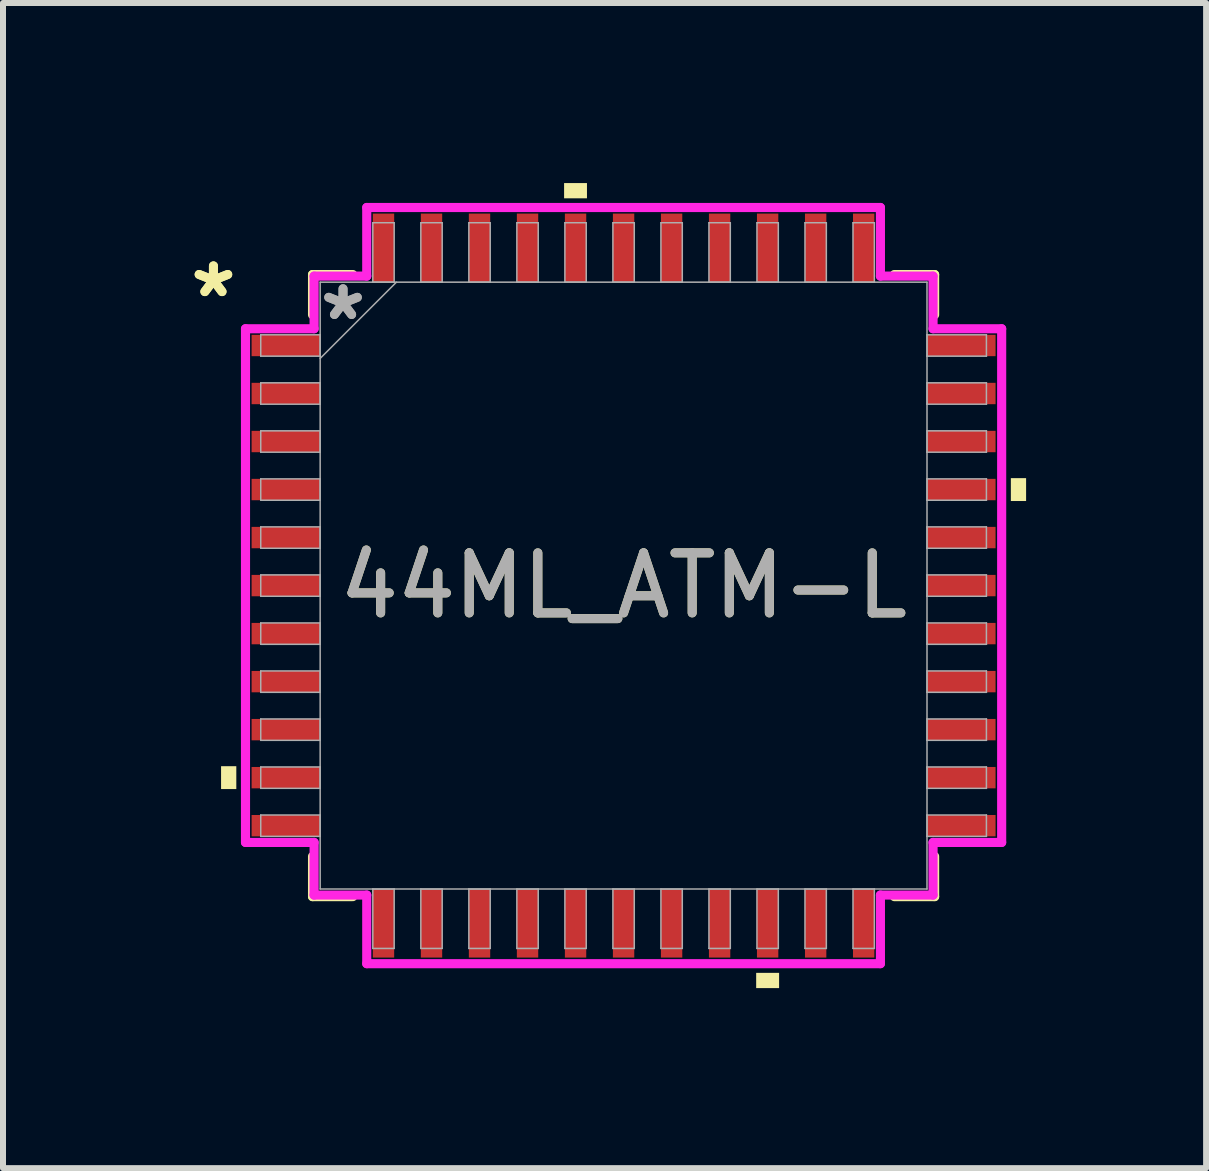
<source format=kicad_pcb>
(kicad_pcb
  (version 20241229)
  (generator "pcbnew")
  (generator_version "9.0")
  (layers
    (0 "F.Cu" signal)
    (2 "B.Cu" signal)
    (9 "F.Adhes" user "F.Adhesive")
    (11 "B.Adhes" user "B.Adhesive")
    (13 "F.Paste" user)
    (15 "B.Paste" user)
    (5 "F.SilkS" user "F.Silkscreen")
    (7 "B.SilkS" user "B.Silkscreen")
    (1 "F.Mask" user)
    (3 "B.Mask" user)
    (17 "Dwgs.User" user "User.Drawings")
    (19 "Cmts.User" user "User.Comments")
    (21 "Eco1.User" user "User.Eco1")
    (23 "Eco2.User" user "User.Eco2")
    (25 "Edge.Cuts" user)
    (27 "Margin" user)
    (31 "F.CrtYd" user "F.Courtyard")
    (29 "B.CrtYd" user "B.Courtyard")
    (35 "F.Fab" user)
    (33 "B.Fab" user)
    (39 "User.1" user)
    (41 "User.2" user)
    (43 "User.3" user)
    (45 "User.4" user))
  (footprint "44ML_ATM-L"
    (layer "F.Cu")
    (at 7.339 6.706)
    (property "Reference" "44ML_ATM-L" (at 0 0 0) (unlocked yes) (layer "F.SilkS") (effects (font (size 1 1) (thickness 0.15))))
    (attr smd)
    (fp_line (start -5.182 -5.182) (end -5.182 -4.511) (stroke (width 0.152) (type solid)) (layer "F.SilkS"))
    (fp_line (start -5.182 4.511) (end -5.182 5.182) (stroke (width 0.152) (type solid)) (layer "F.SilkS"))
    (fp_line (start -5.182 5.182) (end -4.511 5.182) (stroke (width 0.152) (type solid)) (layer "F.SilkS"))
    (fp_line (start -4.511 -5.182) (end -5.182 -5.182) (stroke (width 0.152) (type solid)) (layer "F.SilkS"))
    (fp_line (start 4.511 5.182) (end 5.182 5.182) (stroke (width 0.152) (type solid)) (layer "F.SilkS"))
    (fp_line (start 5.182 -5.182) (end 4.511 -5.182) (stroke (width 0.152) (type solid)) (layer "F.SilkS"))
    (fp_line (start 5.182 -4.511) (end 5.182 -5.182) (stroke (width 0.152) (type solid)) (layer "F.SilkS"))
    (fp_line (start 5.182 5.182) (end 5.182 4.511) (stroke (width 0.152) (type solid)) (layer "F.SilkS"))
    (fp_poly (pts (xy -6.706 3.009) (xy -6.706 3.39) (xy -6.452 3.39) (xy -6.452 3.009)) (stroke (width 0) (type solid)) (fill yes) (layer "F.SilkS"))
    (fp_poly (pts (xy -0.991 -6.452) (xy -0.991 -6.706) (xy -0.61 -6.706) (xy -0.61 -6.452)) (stroke (width 0) (type solid)) (fill yes) (layer "F.SilkS"))
    (fp_poly (pts (xy 2.209 6.452) (xy 2.209 6.706) (xy 2.591 6.706) (xy 2.591 6.452)) (stroke (width 0) (type solid)) (fill yes) (layer "F.SilkS"))
    (fp_poly (pts (xy 6.706 -1.79) (xy 6.706 -1.409) (xy 6.452 -1.409) (xy 6.452 -1.79)) (stroke (width 0) (type solid)) (fill yes) (layer "F.SilkS"))
    (fp_line (start -6.299 -4.279) (end -5.156 -4.279) (stroke (width 0.152) (type solid)) (layer "F.CrtYd"))
    (fp_line (start -6.299 4.279) (end -6.299 -4.279) (stroke (width 0.152) (type solid)) (layer "F.CrtYd"))
    (fp_line (start -5.156 -5.156) (end -4.279 -5.156) (stroke (width 0.152) (type solid)) (layer "F.CrtYd"))
    (fp_line (start -5.156 -4.279) (end -5.156 -5.156) (stroke (width 0.152) (type solid)) (layer "F.CrtYd"))
    (fp_line (start -5.156 4.279) (end -6.299 4.279) (stroke (width 0.152) (type solid)) (layer "F.CrtYd"))
    (fp_line (start -5.156 5.156) (end -5.156 4.279) (stroke (width 0.152) (type solid)) (layer "F.CrtYd"))
    (fp_line (start -5.156 5.156) (end -4.279 5.156) (stroke (width 0.152) (type solid)) (layer "F.CrtYd"))
    (fp_line (start -4.279 -6.299) (end 4.279 -6.299) (stroke (width 0.152) (type solid)) (layer "F.CrtYd"))
    (fp_line (start -4.279 -5.156) (end -4.279 -6.299) (stroke (width 0.152) (type solid)) (layer "F.CrtYd"))
    (fp_line (start -4.279 5.156) (end -4.279 6.299) (stroke (width 0.152) (type solid)) (layer "F.CrtYd"))
    (fp_line (start -4.279 6.299) (end 4.279 6.299) (stroke (width 0.152) (type solid)) (layer "F.CrtYd"))
    (fp_line (start 4.279 -6.299) (end 4.279 -5.156) (stroke (width 0.152) (type solid)) (layer "F.CrtYd"))
    (fp_line (start 4.279 -5.156) (end 5.156 -5.156) (stroke (width 0.152) (type solid)) (layer "F.CrtYd"))
    (fp_line (start 4.279 5.156) (end 5.156 5.156) (stroke (width 0.152) (type solid)) (layer "F.CrtYd"))
    (fp_line (start 4.279 6.299) (end 4.279 5.156) (stroke (width 0.152) (type solid)) (layer "F.CrtYd"))
    (fp_line (start 5.156 -4.279) (end 5.156 -5.156) (stroke (width 0.152) (type solid)) (layer "F.CrtYd"))
    (fp_line (start 5.156 4.279) (end 6.299 4.279) (stroke (width 0.152) (type solid)) (layer "F.CrtYd"))
    (fp_line (start 5.156 5.156) (end 5.156 4.279) (stroke (width 0.152) (type solid)) (layer "F.CrtYd"))
    (fp_line (start 6.299 -4.279) (end 5.156 -4.279) (stroke (width 0.152) (type solid)) (layer "F.CrtYd"))
    (fp_line (start 6.299 4.279) (end 6.299 -4.279) (stroke (width 0.152) (type solid)) (layer "F.CrtYd"))
    (fp_line (start -6.045 -4.178) (end -6.045 -3.822) (stroke (width 0.025) (type solid)) (layer "F.Fab"))
    (fp_line (start -6.045 -3.822) (end -5.055 -3.822) (stroke (width 0.025) (type solid)) (layer "F.Fab"))
    (fp_line (start -6.045 -3.378) (end -6.045 -3.022) (stroke (width 0.025) (type solid)) (layer "F.Fab"))
    (fp_line (start -6.045 -3.022) (end -5.055 -3.022) (stroke (width 0.025) (type solid)) (layer "F.Fab"))
    (fp_line (start -6.045 -2.578) (end -6.045 -2.222) (stroke (width 0.025) (type solid)) (layer "F.Fab"))
    (fp_line (start -6.045 -2.222) (end -5.055 -2.222) (stroke (width 0.025) (type solid)) (layer "F.Fab"))
    (fp_line (start -6.045 -1.778) (end -6.045 -1.422) (stroke (width 0.025) (type solid)) (layer "F.Fab"))
    (fp_line (start -6.045 -1.422) (end -5.055 -1.422) (stroke (width 0.025) (type solid)) (layer "F.Fab"))
    (fp_line (start -6.045 -0.978) (end -6.045 -0.622) (stroke (width 0.025) (type solid)) (layer "F.Fab"))
    (fp_line (start -6.045 -0.622) (end -5.055 -0.622) (stroke (width 0.025) (type solid)) (layer "F.Fab"))
    (fp_line (start -6.045 -0.178) (end -6.045 0.178) (stroke (width 0.025) (type solid)) (layer "F.Fab"))
    (fp_line (start -6.045 0.178) (end -5.055 0.178) (stroke (width 0.025) (type solid)) (layer "F.Fab"))
    (fp_line (start -6.045 0.622) (end -6.045 0.978) (stroke (width 0.025) (type solid)) (layer "F.Fab"))
    (fp_line (start -6.045 0.978) (end -5.055 0.978) (stroke (width 0.025) (type solid)) (layer "F.Fab"))
    (fp_line (start -6.045 1.422) (end -6.045 1.778) (stroke (width 0.025) (type solid)) (layer "F.Fab"))
    (fp_line (start -6.045 1.778) (end -5.055 1.778) (stroke (width 0.025) (type solid)) (layer "F.Fab"))
    (fp_line (start -6.045 2.222) (end -6.045 2.578) (stroke (width 0.025) (type solid)) (layer "F.Fab"))
    (fp_line (start -6.045 2.578) (end -5.055 2.578) (stroke (width 0.025) (type solid)) (layer "F.Fab"))
    (fp_line (start -6.045 3.022) (end -6.045 3.378) (stroke (width 0.025) (type solid)) (layer "F.Fab"))
    (fp_line (start -6.045 3.378) (end -5.055 3.378) (stroke (width 0.025) (type solid)) (layer "F.Fab"))
    (fp_line (start -6.045 3.822) (end -6.045 4.178) (stroke (width 0.025) (type solid)) (layer "F.Fab"))
    (fp_line (start -6.045 4.178) (end -5.055 4.178) (stroke (width 0.025) (type solid)) (layer "F.Fab"))
    (fp_line (start -5.055 -5.055) (end -5.055 5.055) (stroke (width 0.025) (type solid)) (layer "F.Fab"))
    (fp_line (start -5.055 -4.178) (end -6.045 -4.178) (stroke (width 0.025) (type solid)) (layer "F.Fab"))
    (fp_line (start -5.055 -3.822) (end -5.055 -4.178) (stroke (width 0.025) (type solid)) (layer "F.Fab"))
    (fp_line (start -5.055 -3.785) (end -3.785 -5.055) (stroke (width 0.025) (type solid)) (layer "F.Fab"))
    (fp_line (start -5.055 -3.378) (end -6.045 -3.378) (stroke (width 0.025) (type solid)) (layer "F.Fab"))
    (fp_line (start -5.055 -3.022) (end -5.055 -3.378) (stroke (width 0.025) (type solid)) (layer "F.Fab"))
    (fp_line (start -5.055 -2.578) (end -6.045 -2.578) (stroke (width 0.025) (type solid)) (layer "F.Fab"))
    (fp_line (start -5.055 -2.222) (end -5.055 -2.578) (stroke (width 0.025) (type solid)) (layer "F.Fab"))
    (fp_line (start -5.055 -1.778) (end -6.045 -1.778) (stroke (width 0.025) (type solid)) (layer "F.Fab"))
    (fp_line (start -5.055 -1.422) (end -5.055 -1.778) (stroke (width 0.025) (type solid)) (layer "F.Fab"))
    (fp_line (start -5.055 -0.978) (end -6.045 -0.978) (stroke (width 0.025) (type solid)) (layer "F.Fab"))
    (fp_line (start -5.055 -0.622) (end -5.055 -0.978) (stroke (width 0.025) (type solid)) (layer "F.Fab"))
    (fp_line (start -5.055 -0.178) (end -6.045 -0.178) (stroke (width 0.025) (type solid)) (layer "F.Fab"))
    (fp_line (start -5.055 0.178) (end -5.055 -0.178) (stroke (width 0.025) (type solid)) (layer "F.Fab"))
    (fp_line (start -5.055 0.622) (end -6.045 0.622) (stroke (width 0.025) (type solid)) (layer "F.Fab"))
    (fp_line (start -5.055 0.978) (end -5.055 0.622) (stroke (width 0.025) (type solid)) (layer "F.Fab"))
    (fp_line (start -5.055 1.422) (end -6.045 1.422) (stroke (width 0.025) (type solid)) (layer "F.Fab"))
    (fp_line (start -5.055 1.778) (end -5.055 1.422) (stroke (width 0.025) (type solid)) (layer "F.Fab"))
    (fp_line (start -5.055 2.222) (end -6.045 2.222) (stroke (width 0.025) (type solid)) (layer "F.Fab"))
    (fp_line (start -5.055 2.578) (end -5.055 2.222) (stroke (width 0.025) (type solid)) (layer "F.Fab"))
    (fp_line (start -5.055 3.022) (end -6.045 3.022) (stroke (width 0.025) (type solid)) (layer "F.Fab"))
    (fp_line (start -5.055 3.378) (end -5.055 3.022) (stroke (width 0.025) (type solid)) (layer "F.Fab"))
    (fp_line (start -5.055 3.822) (end -6.045 3.822) (stroke (width 0.025) (type solid)) (layer "F.Fab"))
    (fp_line (start -5.055 4.178) (end -5.055 3.822) (stroke (width 0.025) (type solid)) (layer "F.Fab"))
    (fp_line (start -5.055 5.055) (end 5.055 5.055) (stroke (width 0.025) (type solid)) (layer "F.Fab"))
    (fp_line (start -4.178 5.055) (end -4.178 6.045) (stroke (width 0.025) (type solid)) (layer "F.Fab"))
    (fp_line (start -4.178 6.045) (end -3.822 6.045) (stroke (width 0.025) (type solid)) (layer "F.Fab"))
    (fp_line (start -4.178 -6.045) (end -4.178 -5.055) (stroke (width 0.025) (type solid)) (layer "F.Fab"))
    (fp_line (start -4.178 -5.055) (end -3.822 -5.055) (stroke (width 0.025) (type solid)) (layer "F.Fab"))
    (fp_line (start -3.822 5.055) (end -4.178 5.055) (stroke (width 0.025) (type solid)) (layer "F.Fab"))
    (fp_line (start -3.822 6.045) (end -3.822 5.055) (stroke (width 0.025) (type solid)) (layer "F.Fab"))
    (fp_line (start -3.822 -6.045) (end -4.178 -6.045) (stroke (width 0.025) (type solid)) (layer "F.Fab"))
    (fp_line (start -3.822 -5.055) (end -3.822 -6.045) (stroke (width 0.025) (type solid)) (layer "F.Fab"))
    (fp_line (start -3.378 -6.045) (end -3.378 -5.055) (stroke (width 0.025) (type solid)) (layer "F.Fab"))
    (fp_line (start -3.378 -5.055) (end -3.022 -5.055) (stroke (width 0.025) (type solid)) (layer "F.Fab"))
    (fp_line (start -3.378 5.055) (end -3.378 6.045) (stroke (width 0.025) (type solid)) (layer "F.Fab"))
    (fp_line (start -3.378 6.045) (end -3.022 6.045) (stroke (width 0.025) (type solid)) (layer "F.Fab"))
    (fp_line (start -3.022 -6.045) (end -3.378 -6.045) (stroke (width 0.025) (type solid)) (layer "F.Fab"))
    (fp_line (start -3.022 -5.055) (end -3.022 -6.045) (stroke (width 0.025) (type solid)) (layer "F.Fab"))
    (fp_line (start -3.022 5.055) (end -3.378 5.055) (stroke (width 0.025) (type solid)) (layer "F.Fab"))
    (fp_line (start -3.022 6.045) (end -3.022 5.055) (stroke (width 0.025) (type solid)) (layer "F.Fab"))
    (fp_line (start -2.578 -6.045) (end -2.578 -5.055) (stroke (width 0.025) (type solid)) (layer "F.Fab"))
    (fp_line (start -2.578 -5.055) (end -2.222 -5.055) (stroke (width 0.025) (type solid)) (layer "F.Fab"))
    (fp_line (start -2.578 5.055) (end -2.578 6.045) (stroke (width 0.025) (type solid)) (layer "F.Fab"))
    (fp_line (start -2.578 6.045) (end -2.222 6.045) (stroke (width 0.025) (type solid)) (layer "F.Fab"))
    (fp_line (start -2.222 -6.045) (end -2.578 -6.045) (stroke (width 0.025) (type solid)) (layer "F.Fab"))
    (fp_line (start -2.222 -5.055) (end -2.222 -6.045) (stroke (width 0.025) (type solid)) (layer "F.Fab"))
    (fp_line (start -2.222 5.055) (end -2.578 5.055) (stroke (width 0.025) (type solid)) (layer "F.Fab"))
    (fp_line (start -2.222 6.045) (end -2.222 5.055) (stroke (width 0.025) (type solid)) (layer "F.Fab"))
    (fp_line (start -1.778 -6.045) (end -1.778 -5.055) (stroke (width 0.025) (type solid)) (layer "F.Fab"))
    (fp_line (start -1.778 -5.055) (end -1.422 -5.055) (stroke (width 0.025) (type solid)) (layer "F.Fab"))
    (fp_line (start -1.778 5.055) (end -1.778 6.045) (stroke (width 0.025) (type solid)) (layer "F.Fab"))
    (fp_line (start -1.778 6.045) (end -1.422 6.045) (stroke (width 0.025) (type solid)) (layer "F.Fab"))
    (fp_line (start -1.422 -6.045) (end -1.778 -6.045) (stroke (width 0.025) (type solid)) (layer "F.Fab"))
    (fp_line (start -1.422 -5.055) (end -1.422 -6.045) (stroke (width 0.025) (type solid)) (layer "F.Fab"))
    (fp_line (start -1.422 5.055) (end -1.778 5.055) (stroke (width 0.025) (type solid)) (layer "F.Fab"))
    (fp_line (start -1.422 6.045) (end -1.422 5.055) (stroke (width 0.025) (type solid)) (layer "F.Fab"))
    (fp_line (start -0.978 -6.045) (end -0.978 -5.055) (stroke (width 0.025) (type solid)) (layer "F.Fab"))
    (fp_line (start -0.978 -5.055) (end -0.622 -5.055) (stroke (width 0.025) (type solid)) (layer "F.Fab"))
    (fp_line (start -0.978 5.055) (end -0.978 6.045) (stroke (width 0.025) (type solid)) (layer "F.Fab"))
    (fp_line (start -0.978 6.045) (end -0.622 6.045) (stroke (width 0.025) (type solid)) (layer "F.Fab"))
    (fp_line (start -0.622 -6.045) (end -0.978 -6.045) (stroke (width 0.025) (type solid)) (layer "F.Fab"))
    (fp_line (start -0.622 -5.055) (end -0.622 -6.045) (stroke (width 0.025) (type solid)) (layer "F.Fab"))
    (fp_line (start -0.622 5.055) (end -0.978 5.055) (stroke (width 0.025) (type solid)) (layer "F.Fab"))
    (fp_line (start -0.622 6.045) (end -0.622 5.055) (stroke (width 0.025) (type solid)) (layer "F.Fab"))
    (fp_line (start -0.178 -6.045) (end -0.178 -5.055) (stroke (width 0.025) (type solid)) (layer "F.Fab"))
    (fp_line (start -0.178 -5.055) (end 0.178 -5.055) (stroke (width 0.025) (type solid)) (layer "F.Fab"))
    (fp_line (start -0.178 5.055) (end -0.178 6.045) (stroke (width 0.025) (type solid)) (layer "F.Fab"))
    (fp_line (start -0.178 6.045) (end 0.178 6.045) (stroke (width 0.025) (type solid)) (layer "F.Fab"))
    (fp_line (start 0.178 -6.045) (end -0.178 -6.045) (stroke (width 0.025) (type solid)) (layer "F.Fab"))
    (fp_line (start 0.178 -5.055) (end 0.178 -6.045) (stroke (width 0.025) (type solid)) (layer "F.Fab"))
    (fp_line (start 0.178 5.055) (end -0.178 5.055) (stroke (width 0.025) (type solid)) (layer "F.Fab"))
    (fp_line (start 0.178 6.045) (end 0.178 5.055) (stroke (width 0.025) (type solid)) (layer "F.Fab"))
    (fp_line (start 0.622 -6.045) (end 0.622 -5.055) (stroke (width 0.025) (type solid)) (layer "F.Fab"))
    (fp_line (start 0.622 -5.055) (end 0.978 -5.055) (stroke (width 0.025) (type solid)) (layer "F.Fab"))
    (fp_line (start 0.622 5.055) (end 0.622 6.045) (stroke (width 0.025) (type solid)) (layer "F.Fab"))
    (fp_line (start 0.622 6.045) (end 0.978 6.045) (stroke (width 0.025) (type solid)) (layer "F.Fab"))
    (fp_line (start 0.978 -6.045) (end 0.622 -6.045) (stroke (width 0.025) (type solid)) (layer "F.Fab"))
    (fp_line (start 0.978 -5.055) (end 0.978 -6.045) (stroke (width 0.025) (type solid)) (layer "F.Fab"))
    (fp_line (start 0.978 5.055) (end 0.622 5.055) (stroke (width 0.025) (type solid)) (layer "F.Fab"))
    (fp_line (start 0.978 6.045) (end 0.978 5.055) (stroke (width 0.025) (type solid)) (layer "F.Fab"))
    (fp_line (start 1.422 -6.045) (end 1.422 -5.055) (stroke (width 0.025) (type solid)) (layer "F.Fab"))
    (fp_line (start 1.422 -5.055) (end 1.778 -5.055) (stroke (width 0.025) (type solid)) (layer "F.Fab"))
    (fp_line (start 1.422 5.055) (end 1.422 6.045) (stroke (width 0.025) (type solid)) (layer "F.Fab"))
    (fp_line (start 1.422 6.045) (end 1.778 6.045) (stroke (width 0.025) (type solid)) (layer "F.Fab"))
    (fp_line (start 1.778 -6.045) (end 1.422 -6.045) (stroke (width 0.025) (type solid)) (layer "F.Fab"))
    (fp_line (start 1.778 -5.055) (end 1.778 -6.045) (stroke (width 0.025) (type solid)) (layer "F.Fab"))
    (fp_line (start 1.778 5.055) (end 1.422 5.055) (stroke (width 0.025) (type solid)) (layer "F.Fab"))
    (fp_line (start 1.778 6.045) (end 1.778 5.055) (stroke (width 0.025) (type solid)) (layer "F.Fab"))
    (fp_line (start 2.222 -6.045) (end 2.222 -5.055) (stroke (width 0.025) (type solid)) (layer "F.Fab"))
    (fp_line (start 2.222 -5.055) (end 2.578 -5.055) (stroke (width 0.025) (type solid)) (layer "F.Fab"))
    (fp_line (start 2.222 5.055) (end 2.222 6.045) (stroke (width 0.025) (type solid)) (layer "F.Fab"))
    (fp_line (start 2.222 6.045) (end 2.578 6.045) (stroke (width 0.025) (type solid)) (layer "F.Fab"))
    (fp_line (start 2.578 -6.045) (end 2.222 -6.045) (stroke (width 0.025) (type solid)) (layer "F.Fab"))
    (fp_line (start 2.578 -5.055) (end 2.578 -6.045) (stroke (width 0.025) (type solid)) (layer "F.Fab"))
    (fp_line (start 2.578 5.055) (end 2.222 5.055) (stroke (width 0.025) (type solid)) (layer "F.Fab"))
    (fp_line (start 2.578 6.045) (end 2.578 5.055) (stroke (width 0.025) (type solid)) (layer "F.Fab"))
    (fp_line (start 3.022 -6.045) (end 3.022 -5.055) (stroke (width 0.025) (type solid)) (layer "F.Fab"))
    (fp_line (start 3.022 -5.055) (end 3.378 -5.055) (stroke (width 0.025) (type solid)) (layer "F.Fab"))
    (fp_line (start 3.022 5.055) (end 3.022 6.045) (stroke (width 0.025) (type solid)) (layer "F.Fab"))
    (fp_line (start 3.022 6.045) (end 3.378 6.045) (stroke (width 0.025) (type solid)) (layer "F.Fab"))
    (fp_line (start 3.378 -6.045) (end 3.022 -6.045) (stroke (width 0.025) (type solid)) (layer "F.Fab"))
    (fp_line (start 3.378 -5.055) (end 3.378 -6.045) (stroke (width 0.025) (type solid)) (layer "F.Fab"))
    (fp_line (start 3.378 5.055) (end 3.022 5.055) (stroke (width 0.025) (type solid)) (layer "F.Fab"))
    (fp_line (start 3.378 6.045) (end 3.378 5.055) (stroke (width 0.025) (type solid)) (layer "F.Fab"))
    (fp_line (start 3.822 5.055) (end 3.822 6.045) (stroke (width 0.025) (type solid)) (layer "F.Fab"))
    (fp_line (start 3.822 6.045) (end 4.178 6.045) (stroke (width 0.025) (type solid)) (layer "F.Fab"))
    (fp_line (start 3.822 -6.045) (end 3.822 -5.055) (stroke (width 0.025) (type solid)) (layer "F.Fab"))
    (fp_line (start 3.822 -5.055) (end 4.178 -5.055) (stroke (width 0.025) (type solid)) (layer "F.Fab"))
    (fp_line (start 4.178 5.055) (end 3.822 5.055) (stroke (width 0.025) (type solid)) (layer "F.Fab"))
    (fp_line (start 4.178 6.045) (end 4.178 5.055) (stroke (width 0.025) (type solid)) (layer "F.Fab"))
    (fp_line (start 4.178 -6.045) (end 3.822 -6.045) (stroke (width 0.025) (type solid)) (layer "F.Fab"))
    (fp_line (start 4.178 -5.055) (end 4.178 -6.045) (stroke (width 0.025) (type solid)) (layer "F.Fab"))
    (fp_line (start 5.055 -5.055) (end -5.055 -5.055) (stroke (width 0.025) (type solid)) (layer "F.Fab"))
    (fp_line (start 5.055 -4.178) (end 5.055 -3.822) (stroke (width 0.025) (type solid)) (layer "F.Fab"))
    (fp_line (start 5.055 -3.822) (end 6.045 -3.822) (stroke (width 0.025) (type solid)) (layer "F.Fab"))
    (fp_line (start 5.055 -3.378) (end 5.055 -3.022) (stroke (width 0.025) (type solid)) (layer "F.Fab"))
    (fp_line (start 5.055 -3.022) (end 6.045 -3.022) (stroke (width 0.025) (type solid)) (layer "F.Fab"))
    (fp_line (start 5.055 -2.578) (end 5.055 -2.222) (stroke (width 0.025) (type solid)) (layer "F.Fab"))
    (fp_line (start 5.055 -2.222) (end 6.045 -2.222) (stroke (width 0.025) (type solid)) (layer "F.Fab"))
    (fp_line (start 5.055 -1.778) (end 5.055 -1.422) (stroke (width 0.025) (type solid)) (layer "F.Fab"))
    (fp_line (start 5.055 -1.422) (end 6.045 -1.422) (stroke (width 0.025) (type solid)) (layer "F.Fab"))
    (fp_line (start 5.055 -0.978) (end 5.055 -0.622) (stroke (width 0.025) (type solid)) (layer "F.Fab"))
    (fp_line (start 5.055 -0.622) (end 6.045 -0.622) (stroke (width 0.025) (type solid)) (layer "F.Fab"))
    (fp_line (start 5.055 -0.178) (end 5.055 0.178) (stroke (width 0.025) (type solid)) (layer "F.Fab"))
    (fp_line (start 5.055 0.178) (end 6.045 0.178) (stroke (width 0.025) (type solid)) (layer "F.Fab"))
    (fp_line (start 5.055 0.622) (end 5.055 0.978) (stroke (width 0.025) (type solid)) (layer "F.Fab"))
    (fp_line (start 5.055 0.978) (end 6.045 0.978) (stroke (width 0.025) (type solid)) (layer "F.Fab"))
    (fp_line (start 5.055 1.422) (end 5.055 1.778) (stroke (width 0.025) (type solid)) (layer "F.Fab"))
    (fp_line (start 5.055 1.778) (end 6.045 1.778) (stroke (width 0.025) (type solid)) (layer "F.Fab"))
    (fp_line (start 5.055 2.222) (end 5.055 2.578) (stroke (width 0.025) (type solid)) (layer "F.Fab"))
    (fp_line (start 5.055 2.578) (end 6.045 2.578) (stroke (width 0.025) (type solid)) (layer "F.Fab"))
    (fp_line (start 5.055 3.022) (end 5.055 3.378) (stroke (width 0.025) (type solid)) (layer "F.Fab"))
    (fp_line (start 5.055 3.378) (end 6.045 3.378) (stroke (width 0.025) (type solid)) (layer "F.Fab"))
    (fp_line (start 5.055 3.822) (end 5.055 4.178) (stroke (width 0.025) (type solid)) (layer "F.Fab"))
    (fp_line (start 5.055 4.178) (end 6.045 4.178) (stroke (width 0.025) (type solid)) (layer "F.Fab"))
    (fp_line (start 5.055 5.055) (end 5.055 -5.055) (stroke (width 0.025) (type solid)) (layer "F.Fab"))
    (fp_line (start 6.045 -4.178) (end 5.055 -4.178) (stroke (width 0.025) (type solid)) (layer "F.Fab"))
    (fp_line (start 6.045 -3.822) (end 6.045 -4.178) (stroke (width 0.025) (type solid)) (layer "F.Fab"))
    (fp_line (start 6.045 -3.378) (end 5.055 -3.378) (stroke (width 0.025) (type solid)) (layer "F.Fab"))
    (fp_line (start 6.045 -3.022) (end 6.045 -3.378) (stroke (width 0.025) (type solid)) (layer "F.Fab"))
    (fp_line (start 6.045 -2.578) (end 5.055 -2.578) (stroke (width 0.025) (type solid)) (layer "F.Fab"))
    (fp_line (start 6.045 -2.222) (end 6.045 -2.578) (stroke (width 0.025) (type solid)) (layer "F.Fab"))
    (fp_line (start 6.045 -1.778) (end 5.055 -1.778) (stroke (width 0.025) (type solid)) (layer "F.Fab"))
    (fp_line (start 6.045 -1.422) (end 6.045 -1.778) (stroke (width 0.025) (type solid)) (layer "F.Fab"))
    (fp_line (start 6.045 -0.978) (end 5.055 -0.978) (stroke (width 0.025) (type solid)) (layer "F.Fab"))
    (fp_line (start 6.045 -0.622) (end 6.045 -0.978) (stroke (width 0.025) (type solid)) (layer "F.Fab"))
    (fp_line (start 6.045 -0.178) (end 5.055 -0.178) (stroke (width 0.025) (type solid)) (layer "F.Fab"))
    (fp_line (start 6.045 0.178) (end 6.045 -0.178) (stroke (width 0.025) (type solid)) (layer "F.Fab"))
    (fp_line (start 6.045 0.622) (end 5.055 0.622) (stroke (width 0.025) (type solid)) (layer "F.Fab"))
    (fp_line (start 6.045 0.978) (end 6.045 0.622) (stroke (width 0.025) (type solid)) (layer "F.Fab"))
    (fp_line (start 6.045 1.422) (end 5.055 1.422) (stroke (width 0.025) (type solid)) (layer "F.Fab"))
    (fp_line (start 6.045 1.778) (end 6.045 1.422) (stroke (width 0.025) (type solid)) (layer "F.Fab"))
    (fp_line (start 6.045 2.222) (end 5.055 2.222) (stroke (width 0.025) (type solid)) (layer "F.Fab"))
    (fp_line (start 6.045 2.578) (end 6.045 2.222) (stroke (width 0.025) (type solid)) (layer "F.Fab"))
    (fp_line (start 6.045 3.022) (end 5.055 3.022) (stroke (width 0.025) (type solid)) (layer "F.Fab"))
    (fp_line (start 6.045 3.378) (end 6.045 3.022) (stroke (width 0.025) (type solid)) (layer "F.Fab"))
    (fp_line (start 6.045 3.822) (end 5.055 3.822) (stroke (width 0.025) (type solid)) (layer "F.Fab"))
    (fp_line (start 6.045 4.178) (end 6.045 3.822) (stroke (width 0.025) (type solid)) (layer "F.Fab"))
    (fp_text user "*" (at -6.833 -4.781 0) (unlocked yes) (layer "F.SilkS") (effects (font (size 1 1) (thickness 0.15))))
    (fp_text user "*" (at -6.833 -4.781 0) (layer "F.SilkS") (effects (font (size 1 1) (thickness 0.15))))
    (fp_text user "${REFERENCE}" (at 0 0 0) (unlocked yes) (layer "F.Fab") (effects (font (size 1 1) (thickness 0.15))))
    (fp_text user "*" (at -4.674 -4.4 0) (unlocked yes) (layer "F.Fab") (effects (font (size 1 1) (thickness 0.15))))
    (fp_text user "*" (at -4.674 -4.4 0) (layer "F.Fab") (effects (font (size 1 1) (thickness 0.15))))
    (pad "1" smd rect (at -5.626 -4 90) (size 0.356 1.143) (layers "F.Cu" "F.Mask" "F.Paste"))
    (pad "2" smd rect (at -5.626 -3.2 90) (size 0.356 1.143) (layers "F.Cu" "F.Mask" "F.Paste"))
    (pad "3" smd rect (at -5.626 -2.4 90) (size 0.356 1.143) (layers "F.Cu" "F.Mask" "F.Paste"))
    (pad "4" smd rect (at -5.626 -1.6 90) (size 0.356 1.143) (layers "F.Cu" "F.Mask" "F.Paste"))
    (pad "5" smd rect (at -5.626 -0.8 90) (size 0.356 1.143) (layers "F.Cu" "F.Mask" "F.Paste"))
    (pad "6" smd rect (at -5.626 0 90) (size 0.356 1.143) (layers "F.Cu" "F.Mask" "F.Paste"))
    (pad "7" smd rect (at -5.626 0.8 90) (size 0.356 1.143) (layers "F.Cu" "F.Mask" "F.Paste"))
    (pad "8" smd rect (at -5.626 1.6 90) (size 0.356 1.143) (layers "F.Cu" "F.Mask" "F.Paste"))
    (pad "9" smd rect (at -5.626 2.4 90) (size 0.356 1.143) (layers "F.Cu" "F.Mask" "F.Paste"))
    (pad "10" smd rect (at -5.626 3.2 90) (size 0.356 1.143) (layers "F.Cu" "F.Mask" "F.Paste"))
    (pad "11" smd rect (at -5.626 4 90) (size 0.356 1.143) (layers "F.Cu" "F.Mask" "F.Paste"))
    (pad "12" smd rect (at -4 5.626) (size 0.356 1.143) (layers "F.Cu" "F.Mask" "F.Paste"))
    (pad "13" smd rect (at -3.2 5.626) (size 0.356 1.143) (layers "F.Cu" "F.Mask" "F.Paste"))
    (pad "14" smd rect (at -2.4 5.626) (size 0.356 1.143) (layers "F.Cu" "F.Mask" "F.Paste"))
    (pad "15" smd rect (at -1.6 5.626) (size 0.356 1.143) (layers "F.Cu" "F.Mask" "F.Paste"))
    (pad "16" smd rect (at -0.8 5.626) (size 0.356 1.143) (layers "F.Cu" "F.Mask" "F.Paste"))
    (pad "17" smd rect (at 0 5.626) (size 0.356 1.143) (layers "F.Cu" "F.Mask" "F.Paste"))
    (pad "18" smd rect (at 0.8 5.626) (size 0.356 1.143) (layers "F.Cu" "F.Mask" "F.Paste"))
    (pad "19" smd rect (at 1.6 5.626) (size 0.356 1.143) (layers "F.Cu" "F.Mask" "F.Paste"))
    (pad "20" smd rect (at 2.4 5.626) (size 0.356 1.143) (layers "F.Cu" "F.Mask" "F.Paste"))
    (pad "21" smd rect (at 3.2 5.626) (size 0.356 1.143) (layers "F.Cu" "F.Mask" "F.Paste"))
    (pad "22" smd rect (at 4 5.626) (size 0.356 1.143) (layers "F.Cu" "F.Mask" "F.Paste"))
    (pad "23" smd rect (at 5.626 4 90) (size 0.356 1.143) (layers "F.Cu" "F.Mask" "F.Paste"))
    (pad "24" smd rect (at 5.626 3.2 90) (size 0.356 1.143) (layers "F.Cu" "F.Mask" "F.Paste"))
    (pad "25" smd rect (at 5.626 2.4 90) (size 0.356 1.143) (layers "F.Cu" "F.Mask" "F.Paste"))
    (pad "26" smd rect (at 5.626 1.6 90) (size 0.356 1.143) (layers "F.Cu" "F.Mask" "F.Paste"))
    (pad "27" smd rect (at 5.626 0.8 90) (size 0.356 1.143) (layers "F.Cu" "F.Mask" "F.Paste"))
    (pad "28" smd rect (at 5.626 0 90) (size 0.356 1.143) (layers "F.Cu" "F.Mask" "F.Paste"))
    (pad "29" smd rect (at 5.626 -0.8 90) (size 0.356 1.143) (layers "F.Cu" "F.Mask" "F.Paste"))
    (pad "30" smd rect (at 5.626 -1.6 90) (size 0.356 1.143) (layers "F.Cu" "F.Mask" "F.Paste"))
    (pad "31" smd rect (at 5.626 -2.4 90) (size 0.356 1.143) (layers "F.Cu" "F.Mask" "F.Paste"))
    (pad "32" smd rect (at 5.626 -3.2 90) (size 0.356 1.143) (layers "F.Cu" "F.Mask" "F.Paste"))
    (pad "33" smd rect (at 5.626 -4 90) (size 0.356 1.143) (layers "F.Cu" "F.Mask" "F.Paste"))
    (pad "34" smd rect (at 4 -5.626) (size 0.356 1.143) (layers "F.Cu" "F.Mask" "F.Paste"))
    (pad "35" smd rect (at 3.2 -5.626) (size 0.356 1.143) (layers "F.Cu" "F.Mask" "F.Paste"))
    (pad "36" smd rect (at 2.4 -5.626) (size 0.356 1.143) (layers "F.Cu" "F.Mask" "F.Paste"))
    (pad "37" smd rect (at 1.6 -5.626) (size 0.356 1.143) (layers "F.Cu" "F.Mask" "F.Paste"))
    (pad "38" smd rect (at 0.8 -5.626) (size 0.356 1.143) (layers "F.Cu" "F.Mask" "F.Paste"))
    (pad "39" smd rect (at 0 -5.626) (size 0.356 1.143) (layers "F.Cu" "F.Mask" "F.Paste"))
    (pad "40" smd rect (at -0.8 -5.626) (size 0.356 1.143) (layers "F.Cu" "F.Mask" "F.Paste"))
    (pad "41" smd rect (at -1.6 -5.626) (size 0.356 1.143) (layers "F.Cu" "F.Mask" "F.Paste"))
    (pad "42" smd rect (at -2.4 -5.626) (size 0.356 1.143) (layers "F.Cu" "F.Mask" "F.Paste"))
    (pad "43" smd rect (at -3.2 -5.626) (size 0.356 1.143) (layers "F.Cu" "F.Mask" "F.Paste"))
    (pad "44" smd rect (at -4 -5.626) (size 0.356 1.143) (layers "F.Cu" "F.Mask" "F.Paste")))
  (gr_rect
    (start -3 -3)
    (end 17.044 16.411)
    (stroke (width 0.1) (type default))
    (fill no)
    (layer "Edge.Cuts")))
</source>
